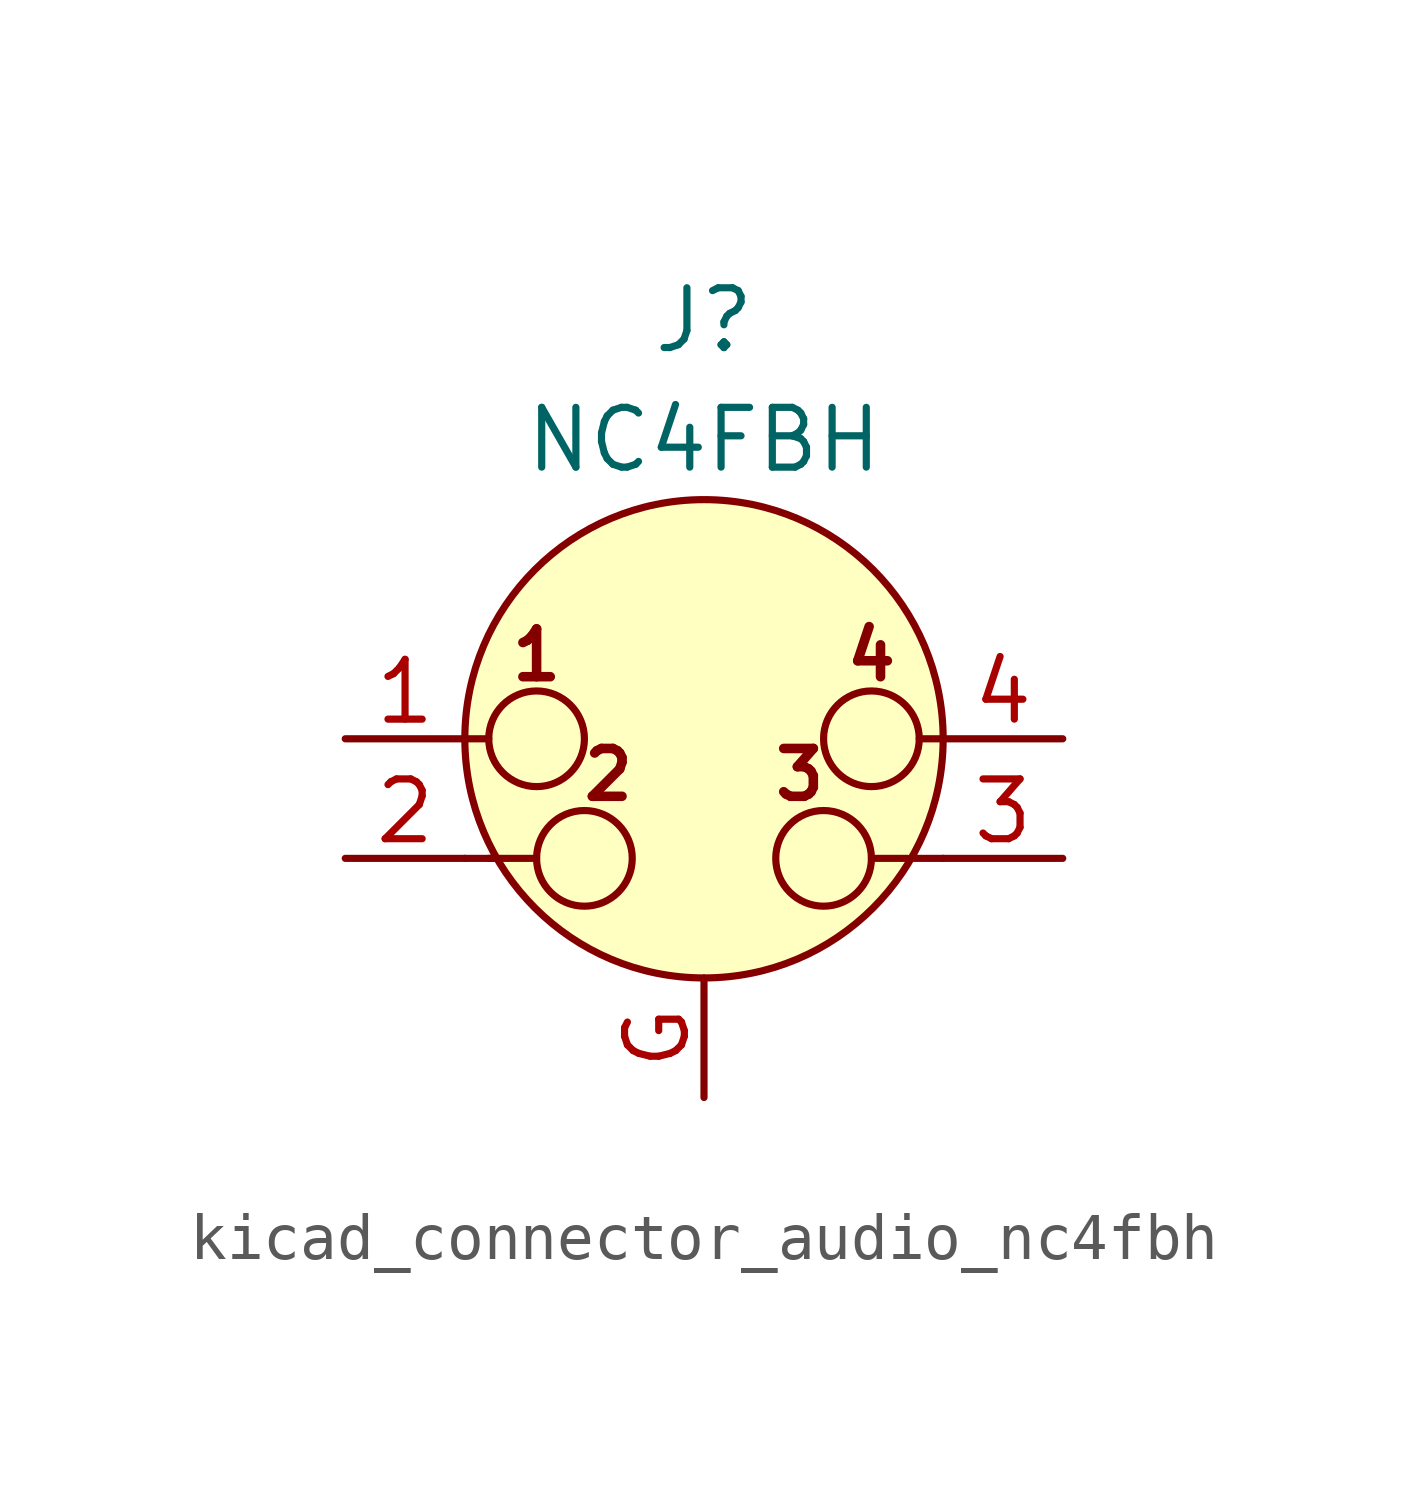
<source format=kicad_sym>
(kicad_symbol_lib
  (version 20220914)
  (generator kicad_symbol_editor)
  (symbol "kicad_connector_audio_nc4fbh"
    (pin_names hide)
    (property "Reference" "J"
      (at 0 8.89 0)
      (effects (font (size 1.27 1.27))))
    (property "Value" "NC4FBH"
      (at 0 6.35 0)
      (effects (font (size 1.27 1.27))))
    (symbol "kicad_connector_audio_nc4fbh_0_1"
      (circle (center -3.556 0) (radius 1.016) (stroke (width 0) (type default)) (fill (type none)))
      (circle (center -2.54 -2.54) (radius 1.016) (stroke (width 0) (type default)) (fill (type none)))
      (polyline (pts (xy -5.08 -2.54) (xy -4.445 -2.54)) (stroke (width 0) (type default)) (fill (type none)))
      (polyline (pts (xy -5.08 0) (xy -4.572 0)) (stroke (width 0) (type default)) (fill (type none)))
      (polyline (pts (xy -4.572 -2.54) (xy -3.556 -2.54)) (stroke (width 0) (type default)) (fill (type none)))
      (polyline (pts (xy 4.318 -2.54) (xy 3.556 -2.54)) (stroke (width 0) (type default)) (fill (type none)))
      (polyline (pts (xy 5.08 -2.54) (xy 4.445 -2.54)) (stroke (width 0) (type default)) (fill (type none)))
      (polyline (pts (xy 5.08 0) (xy 4.572 0)) (stroke (width 0) (type default)) (fill (type none)))
      (circle (center 0 0) (radius 5.08) (stroke (width 0) (type default)) (fill (type background)))
      (circle (center 2.54 -2.54) (radius 1.016) (stroke (width 0) (type default)) (fill (type none)))
      (circle (center 3.556 0) (radius 1.016) (stroke (width 0) (type default)) (fill (type none)))
      (text "1" (at -3.556 1.778 0) (effects (font (size 1.016 1.016) bold)))
      (text "2" (at -2.032 -0.762 0) (effects (font (size 1.016 1.016) bold)))
      (text "3" (at 2.032 -0.762 0) (effects (font (size 1.016 1.016) bold)))
      (text "4" (at 3.556 1.778 0) (effects (font (size 1.016 1.016) bold))))
    (symbol "kicad_connector_audio_nc4fbh_1_1"
      (pin passive line (at -7.62 0 0) (length 2.54) (name "~" (effects (font (size 1.27 1.27)))) (number "1" (effects (font (size 1.27 1.27)))))
      (pin passive line (at -7.62 -2.54 0) (length 2.54) (name "~" (effects (font (size 1.27 1.27)))) (number "2" (effects (font (size 1.27 1.27)))))
      (pin passive line (at 7.62 -2.54 180) (length 2.54) (name "~" (effects (font (size 1.27 1.27)))) (number "3" (effects (font (size 1.27 1.27)))))
      (pin passive line (at 7.62 0 180) (length 2.54) (name "~" (effects (font (size 1.27 1.27)))) (number "4" (effects (font (size 1.27 1.27)))))
      (pin passive line (at 0 -7.62 90) (length 2.54) (name "~" (effects (font (size 1.27 1.27)))) (number "G" (effects (font (size 1.27 1.27))))))))
</source>
